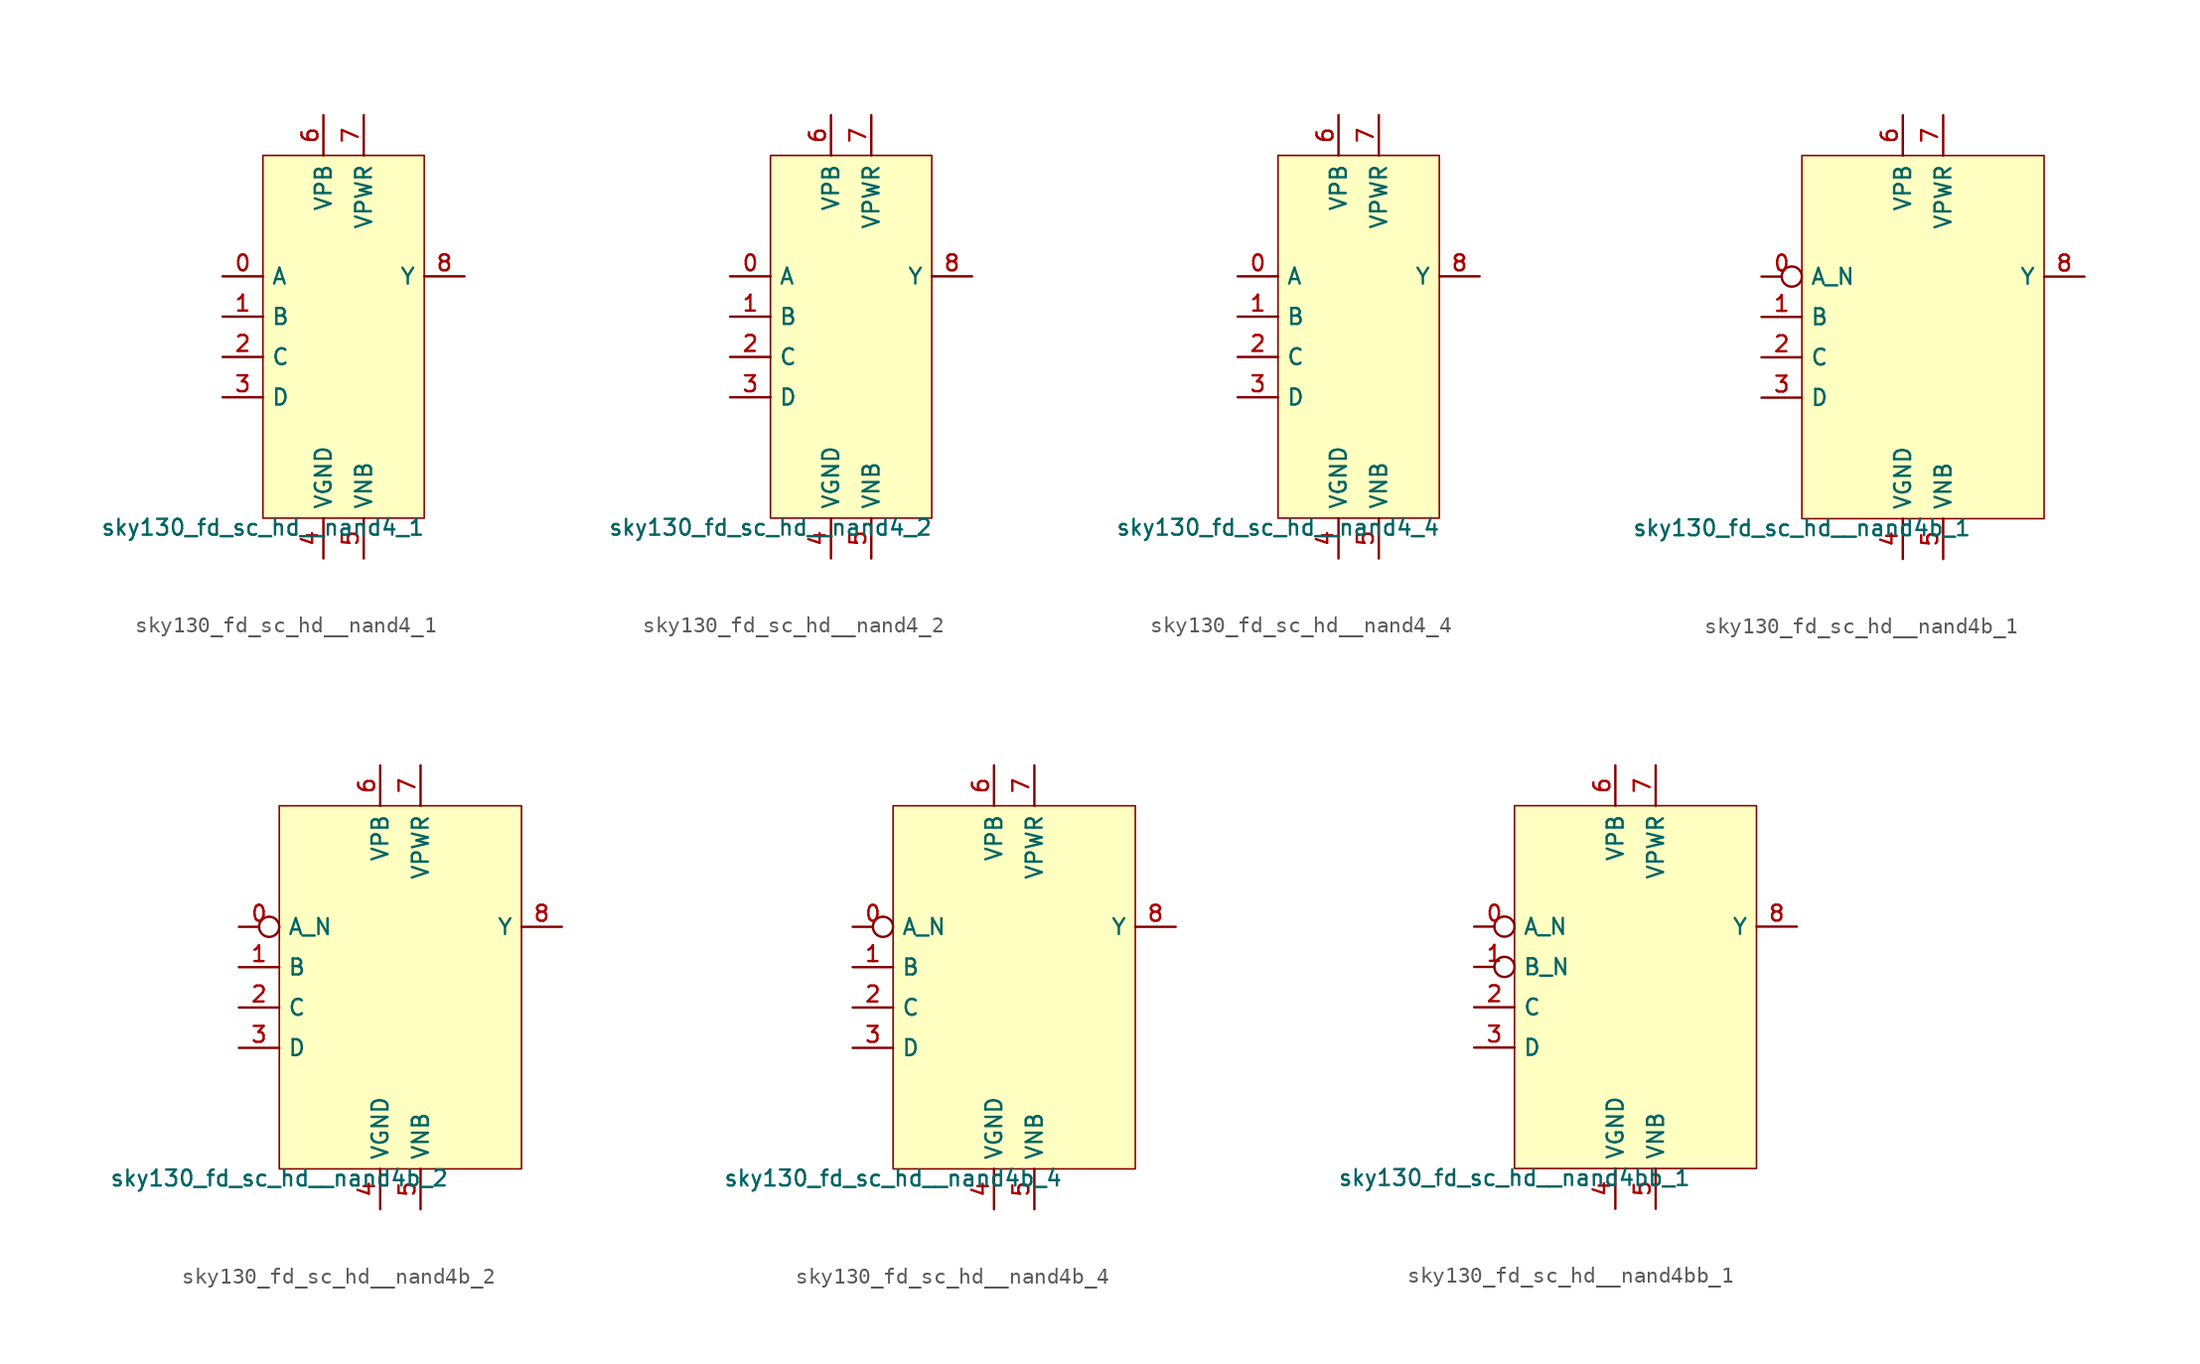
<source format=kicad_sym>
(kicad_symbol_lib
  (version 20211014)
  (generator lef2kicad_sym)
  (symbol "sky130_fd_sc_hd__nand4_1"
    (property "Reference" "X"
      (at 0 0 0)
      (effects (font (size 1 1)) hide))
    (property "Value" "sky130_fd_sc_hd__nand4_1"
      (at -5.08 -11.43 0)
      (effects (font (size 1 1)) (justify top)))
    (rectangle
      (start -5.08 -11.43)
      (end 5.08 11.43)
      (stroke (width 0.1) (type solid) (color 0 0 0 0))
      (fill (type background)))
    (pin input line
      (at -7.62 3.81 0)
      (length 2.54)
      (name "A" (effects (font (size 1 1)) hide))
      (number "0" (effects (font (size 1 1)) hide)))
    (pin input line
      (at -7.62 1.27 0)
      (length 2.54)
      (name "B" (effects (font (size 1 1)) hide))
      (number "1" (effects (font (size 1 1)) hide)))
    (pin input line
      (at -7.62 -1.27 0)
      (length 2.54)
      (name "C" (effects (font (size 1 1)) hide))
      (number "2" (effects (font (size 1 1)) hide)))
    (pin input line
      (at -7.62 -3.81 0)
      (length 2.54)
      (name "D" (effects (font (size 1 1)) hide))
      (number "3" (effects (font (size 1 1)) hide)))
    (pin power_in line
      (at -1.27 -13.97 90)
      (length 2.54)
      (name "VGND" (effects (font (size 1 1)) hide))
      (number "4" (effects (font (size 1 1)) hide)))
    (pin power_in line
      (at 1.27 -13.97 90)
      (length 2.54)
      (name "VNB" (effects (font (size 1 1)) hide))
      (number "5" (effects (font (size 1 1)) hide)))
    (pin power_in line
      (at -1.27 13.97 270)
      (length 2.54)
      (name "VPB" (effects (font (size 1 1)) hide))
      (number "6" (effects (font (size 1 1)) hide)))
    (pin power_in line
      (at 1.27 13.97 270)
      (length 2.54)
      (name "VPWR" (effects (font (size 1 1)) hide))
      (number "7" (effects (font (size 1 1)) hide)))
    (pin output line
      (at 7.62 3.81 180)
      (length 2.54)
      (name "Y" (effects (font (size 1 1)) hide))
      (number "8" (effects (font (size 1 1)) hide))))
  (symbol "sky130_fd_sc_hd__nand4_2"
    (property "Reference" "X"
      (at 0 0 0)
      (effects (font (size 1 1)) hide))
    (property "Value" "sky130_fd_sc_hd__nand4_2"
      (at -5.08 -11.43 0)
      (effects (font (size 1 1)) (justify top)))
    (rectangle
      (start -5.08 -11.43)
      (end 5.08 11.43)
      (stroke (width 0.1) (type solid) (color 0 0 0 0))
      (fill (type background)))
    (pin input line
      (at -7.62 3.81 0)
      (length 2.54)
      (name "A" (effects (font (size 1 1)) hide))
      (number "0" (effects (font (size 1 1)) hide)))
    (pin input line
      (at -7.62 1.27 0)
      (length 2.54)
      (name "B" (effects (font (size 1 1)) hide))
      (number "1" (effects (font (size 1 1)) hide)))
    (pin input line
      (at -7.62 -1.27 0)
      (length 2.54)
      (name "C" (effects (font (size 1 1)) hide))
      (number "2" (effects (font (size 1 1)) hide)))
    (pin input line
      (at -7.62 -3.81 0)
      (length 2.54)
      (name "D" (effects (font (size 1 1)) hide))
      (number "3" (effects (font (size 1 1)) hide)))
    (pin power_in line
      (at -1.27 -13.97 90)
      (length 2.54)
      (name "VGND" (effects (font (size 1 1)) hide))
      (number "4" (effects (font (size 1 1)) hide)))
    (pin power_in line
      (at 1.27 -13.97 90)
      (length 2.54)
      (name "VNB" (effects (font (size 1 1)) hide))
      (number "5" (effects (font (size 1 1)) hide)))
    (pin power_in line
      (at -1.27 13.97 270)
      (length 2.54)
      (name "VPB" (effects (font (size 1 1)) hide))
      (number "6" (effects (font (size 1 1)) hide)))
    (pin power_in line
      (at 1.27 13.97 270)
      (length 2.54)
      (name "VPWR" (effects (font (size 1 1)) hide))
      (number "7" (effects (font (size 1 1)) hide)))
    (pin output line
      (at 7.62 3.81 180)
      (length 2.54)
      (name "Y" (effects (font (size 1 1)) hide))
      (number "8" (effects (font (size 1 1)) hide))))
  (symbol "sky130_fd_sc_hd__nand4_4"
    (property "Reference" "X"
      (at 0 0 0)
      (effects (font (size 1 1)) hide))
    (property "Value" "sky130_fd_sc_hd__nand4_4"
      (at -5.08 -11.43 0)
      (effects (font (size 1 1)) (justify top)))
    (rectangle
      (start -5.08 -11.43)
      (end 5.08 11.43)
      (stroke (width 0.1) (type solid) (color 0 0 0 0))
      (fill (type background)))
    (pin input line
      (at -7.62 3.81 0)
      (length 2.54)
      (name "A" (effects (font (size 1 1)) hide))
      (number "0" (effects (font (size 1 1)) hide)))
    (pin input line
      (at -7.62 1.27 0)
      (length 2.54)
      (name "B" (effects (font (size 1 1)) hide))
      (number "1" (effects (font (size 1 1)) hide)))
    (pin input line
      (at -7.62 -1.27 0)
      (length 2.54)
      (name "C" (effects (font (size 1 1)) hide))
      (number "2" (effects (font (size 1 1)) hide)))
    (pin input line
      (at -7.62 -3.81 0)
      (length 2.54)
      (name "D" (effects (font (size 1 1)) hide))
      (number "3" (effects (font (size 1 1)) hide)))
    (pin power_in line
      (at -1.27 -13.97 90)
      (length 2.54)
      (name "VGND" (effects (font (size 1 1)) hide))
      (number "4" (effects (font (size 1 1)) hide)))
    (pin power_in line
      (at 1.27 -13.97 90)
      (length 2.54)
      (name "VNB" (effects (font (size 1 1)) hide))
      (number "5" (effects (font (size 1 1)) hide)))
    (pin power_in line
      (at -1.27 13.97 270)
      (length 2.54)
      (name "VPB" (effects (font (size 1 1)) hide))
      (number "6" (effects (font (size 1 1)) hide)))
    (pin power_in line
      (at 1.27 13.97 270)
      (length 2.54)
      (name "VPWR" (effects (font (size 1 1)) hide))
      (number "7" (effects (font (size 1 1)) hide)))
    (pin output line
      (at 7.62 3.81 180)
      (length 2.54)
      (name "Y" (effects (font (size 1 1)) hide))
      (number "8" (effects (font (size 1 1)) hide))))
  (symbol "sky130_fd_sc_hd__nand4b_1"
    (property "Reference" "X"
      (at 0 0 0)
      (effects (font (size 1 1)) hide))
    (property "Value" "sky130_fd_sc_hd__nand4b_1"
      (at -7.62 -11.43 0)
      (effects (font (size 1 1)) (justify top)))
    (rectangle
      (start -7.62 -11.43)
      (end 7.62 11.43)
      (stroke (width 0.1) (type solid) (color 0 0 0 0))
      (fill (type background)))
    (pin input inverted
      (at -10.16 3.81 0)
      (length 2.54)
      (name "A_N" (effects (font (size 1 1)) hide))
      (number "0" (effects (font (size 1 1)) hide)))
    (pin input line
      (at -10.16 1.27 0)
      (length 2.54)
      (name "B" (effects (font (size 1 1)) hide))
      (number "1" (effects (font (size 1 1)) hide)))
    (pin input line
      (at -10.16 -1.27 0)
      (length 2.54)
      (name "C" (effects (font (size 1 1)) hide))
      (number "2" (effects (font (size 1 1)) hide)))
    (pin input line
      (at -10.16 -3.81 0)
      (length 2.54)
      (name "D" (effects (font (size 1 1)) hide))
      (number "3" (effects (font (size 1 1)) hide)))
    (pin power_in line
      (at -1.27 -13.97 90)
      (length 2.54)
      (name "VGND" (effects (font (size 1 1)) hide))
      (number "4" (effects (font (size 1 1)) hide)))
    (pin power_in line
      (at 1.27 -13.97 90)
      (length 2.54)
      (name "VNB" (effects (font (size 1 1)) hide))
      (number "5" (effects (font (size 1 1)) hide)))
    (pin power_in line
      (at -1.27 13.97 270)
      (length 2.54)
      (name "VPB" (effects (font (size 1 1)) hide))
      (number "6" (effects (font (size 1 1)) hide)))
    (pin power_in line
      (at 1.27 13.97 270)
      (length 2.54)
      (name "VPWR" (effects (font (size 1 1)) hide))
      (number "7" (effects (font (size 1 1)) hide)))
    (pin output line
      (at 10.16 3.81 180)
      (length 2.54)
      (name "Y" (effects (font (size 1 1)) hide))
      (number "8" (effects (font (size 1 1)) hide))))
  (symbol "sky130_fd_sc_hd__nand4b_2"
    (property "Reference" "X"
      (at 0 0 0)
      (effects (font (size 1 1)) hide))
    (property "Value" "sky130_fd_sc_hd__nand4b_2"
      (at -7.62 -11.43 0)
      (effects (font (size 1 1)) (justify top)))
    (rectangle
      (start -7.62 -11.43)
      (end 7.62 11.43)
      (stroke (width 0.1) (type solid) (color 0 0 0 0))
      (fill (type background)))
    (pin input inverted
      (at -10.16 3.81 0)
      (length 2.54)
      (name "A_N" (effects (font (size 1 1)) hide))
      (number "0" (effects (font (size 1 1)) hide)))
    (pin input line
      (at -10.16 1.27 0)
      (length 2.54)
      (name "B" (effects (font (size 1 1)) hide))
      (number "1" (effects (font (size 1 1)) hide)))
    (pin input line
      (at -10.16 -1.27 0)
      (length 2.54)
      (name "C" (effects (font (size 1 1)) hide))
      (number "2" (effects (font (size 1 1)) hide)))
    (pin input line
      (at -10.16 -3.81 0)
      (length 2.54)
      (name "D" (effects (font (size 1 1)) hide))
      (number "3" (effects (font (size 1 1)) hide)))
    (pin power_in line
      (at -1.27 -13.97 90)
      (length 2.54)
      (name "VGND" (effects (font (size 1 1)) hide))
      (number "4" (effects (font (size 1 1)) hide)))
    (pin power_in line
      (at 1.27 -13.97 90)
      (length 2.54)
      (name "VNB" (effects (font (size 1 1)) hide))
      (number "5" (effects (font (size 1 1)) hide)))
    (pin power_in line
      (at -1.27 13.97 270)
      (length 2.54)
      (name "VPB" (effects (font (size 1 1)) hide))
      (number "6" (effects (font (size 1 1)) hide)))
    (pin power_in line
      (at 1.27 13.97 270)
      (length 2.54)
      (name "VPWR" (effects (font (size 1 1)) hide))
      (number "7" (effects (font (size 1 1)) hide)))
    (pin output line
      (at 10.16 3.81 180)
      (length 2.54)
      (name "Y" (effects (font (size 1 1)) hide))
      (number "8" (effects (font (size 1 1)) hide))))
  (symbol "sky130_fd_sc_hd__nand4b_4"
    (property "Reference" "X"
      (at 0 0 0)
      (effects (font (size 1 1)) hide))
    (property "Value" "sky130_fd_sc_hd__nand4b_4"
      (at -7.62 -11.43 0)
      (effects (font (size 1 1)) (justify top)))
    (rectangle
      (start -7.62 -11.43)
      (end 7.62 11.43)
      (stroke (width 0.1) (type solid) (color 0 0 0 0))
      (fill (type background)))
    (pin input inverted
      (at -10.16 3.81 0)
      (length 2.54)
      (name "A_N" (effects (font (size 1 1)) hide))
      (number "0" (effects (font (size 1 1)) hide)))
    (pin input line
      (at -10.16 1.27 0)
      (length 2.54)
      (name "B" (effects (font (size 1 1)) hide))
      (number "1" (effects (font (size 1 1)) hide)))
    (pin input line
      (at -10.16 -1.27 0)
      (length 2.54)
      (name "C" (effects (font (size 1 1)) hide))
      (number "2" (effects (font (size 1 1)) hide)))
    (pin input line
      (at -10.16 -3.81 0)
      (length 2.54)
      (name "D" (effects (font (size 1 1)) hide))
      (number "3" (effects (font (size 1 1)) hide)))
    (pin power_in line
      (at -1.27 -13.97 90)
      (length 2.54)
      (name "VGND" (effects (font (size 1 1)) hide))
      (number "4" (effects (font (size 1 1)) hide)))
    (pin power_in line
      (at 1.27 -13.97 90)
      (length 2.54)
      (name "VNB" (effects (font (size 1 1)) hide))
      (number "5" (effects (font (size 1 1)) hide)))
    (pin power_in line
      (at -1.27 13.97 270)
      (length 2.54)
      (name "VPB" (effects (font (size 1 1)) hide))
      (number "6" (effects (font (size 1 1)) hide)))
    (pin power_in line
      (at 1.27 13.97 270)
      (length 2.54)
      (name "VPWR" (effects (font (size 1 1)) hide))
      (number "7" (effects (font (size 1 1)) hide)))
    (pin output line
      (at 10.16 3.81 180)
      (length 2.54)
      (name "Y" (effects (font (size 1 1)) hide))
      (number "8" (effects (font (size 1 1)) hide))))
  (symbol "sky130_fd_sc_hd__nand4bb_1"
    (property "Reference" "X"
      (at 0 0 0)
      (effects (font (size 1 1)) hide))
    (property "Value" "sky130_fd_sc_hd__nand4bb_1"
      (at -7.62 -11.43 0)
      (effects (font (size 1 1)) (justify top)))
    (rectangle
      (start -7.62 -11.43)
      (end 7.62 11.43)
      (stroke (width 0.1) (type solid) (color 0 0 0 0))
      (fill (type background)))
    (pin input inverted
      (at -10.16 3.81 0)
      (length 2.54)
      (name "A_N" (effects (font (size 1 1)) hide))
      (number "0" (effects (font (size 1 1)) hide)))
    (pin input inverted
      (at -10.16 1.27 0)
      (length 2.54)
      (name "B_N" (effects (font (size 1 1)) hide))
      (number "1" (effects (font (size 1 1)) hide)))
    (pin input line
      (at -10.16 -1.27 0)
      (length 2.54)
      (name "C" (effects (font (size 1 1)) hide))
      (number "2" (effects (font (size 1 1)) hide)))
    (pin input line
      (at -10.16 -3.81 0)
      (length 2.54)
      (name "D" (effects (font (size 1 1)) hide))
      (number "3" (effects (font (size 1 1)) hide)))
    (pin power_in line
      (at -1.27 -13.97 90)
      (length 2.54)
      (name "VGND" (effects (font (size 1 1)) hide))
      (number "4" (effects (font (size 1 1)) hide)))
    (pin power_in line
      (at 1.27 -13.97 90)
      (length 2.54)
      (name "VNB" (effects (font (size 1 1)) hide))
      (number "5" (effects (font (size 1 1)) hide)))
    (pin power_in line
      (at -1.27 13.97 270)
      (length 2.54)
      (name "VPB" (effects (font (size 1 1)) hide))
      (number "6" (effects (font (size 1 1)) hide)))
    (pin power_in line
      (at 1.27 13.97 270)
      (length 2.54)
      (name "VPWR" (effects (font (size 1 1)) hide))
      (number "7" (effects (font (size 1 1)) hide)))
    (pin output line
      (at 10.16 3.81 180)
      (length 2.54)
      (name "Y" (effects (font (size 1 1)) hide))
      (number "8" (effects (font (size 1 1)) hide)))))
</source>
